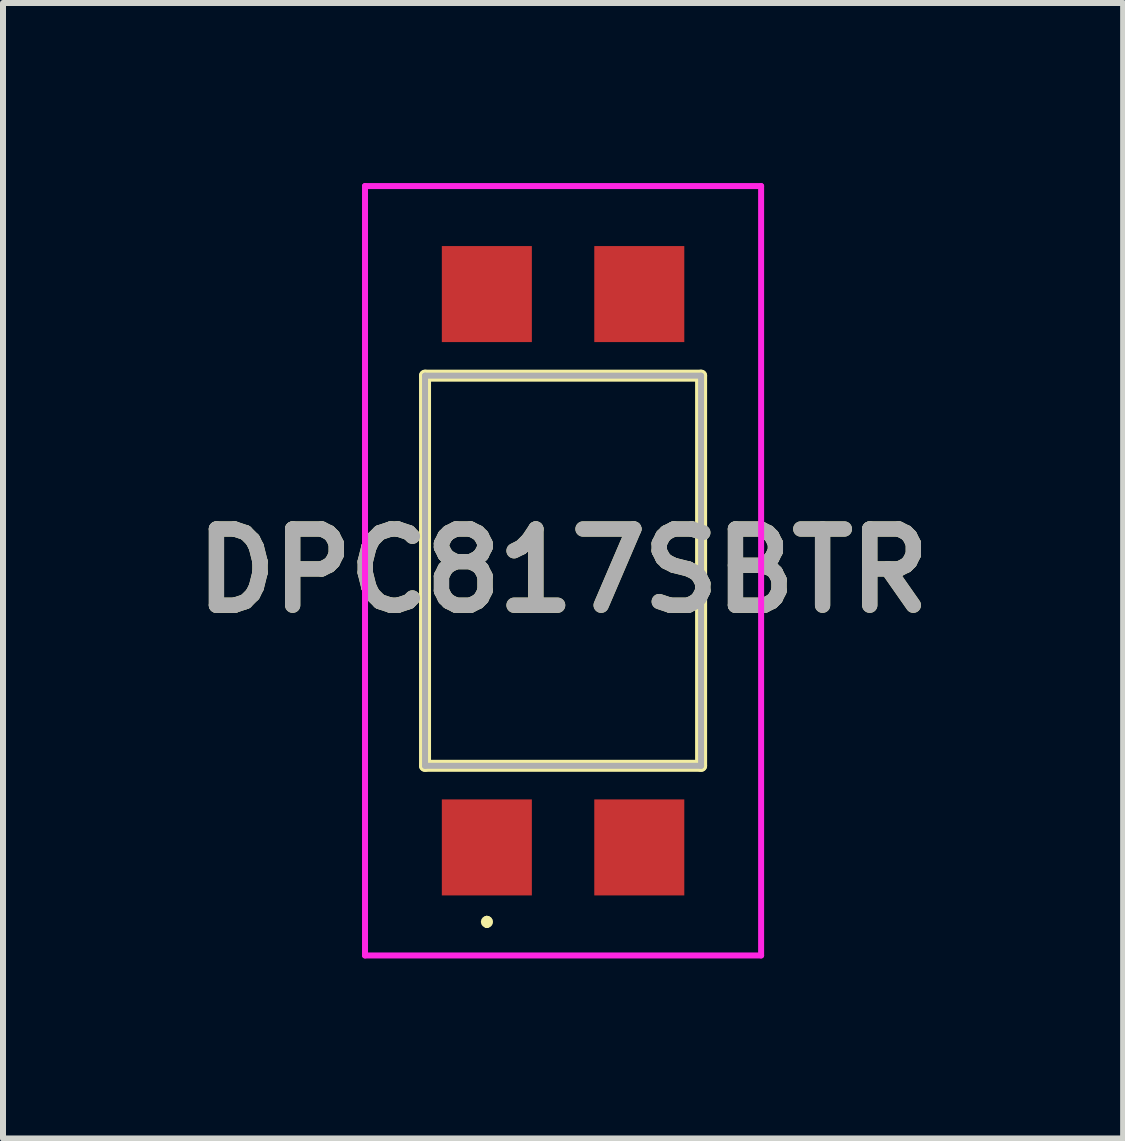
<source format=kicad_pcb>
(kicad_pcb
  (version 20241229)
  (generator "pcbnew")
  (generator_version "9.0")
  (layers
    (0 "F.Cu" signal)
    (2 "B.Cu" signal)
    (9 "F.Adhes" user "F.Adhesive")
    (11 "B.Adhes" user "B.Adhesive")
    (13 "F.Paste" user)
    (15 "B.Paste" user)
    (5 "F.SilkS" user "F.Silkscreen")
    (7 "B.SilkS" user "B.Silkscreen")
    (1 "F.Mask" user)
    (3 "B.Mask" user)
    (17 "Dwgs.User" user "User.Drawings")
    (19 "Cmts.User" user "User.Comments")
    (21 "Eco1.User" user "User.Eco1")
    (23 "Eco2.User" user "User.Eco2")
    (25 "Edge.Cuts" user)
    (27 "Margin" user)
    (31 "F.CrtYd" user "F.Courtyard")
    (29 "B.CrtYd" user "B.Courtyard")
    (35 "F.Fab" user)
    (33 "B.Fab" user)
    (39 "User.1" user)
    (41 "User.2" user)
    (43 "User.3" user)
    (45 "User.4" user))
  (footprint "DPC817SBTR"
    (layer "F.Cu")
    (at 6.332 6.46)
    (property "Reference" "DPC817SBTR" (at 0 0 0) (layer "F.SilkS") (effects (font (size 1.27 1.27) (thickness 0.254))))
    (attr smd)
    (fp_line (start -2.3 -3.25) (end 2.3 -3.25) (stroke (width 0.2) (type solid)) (layer "F.SilkS"))
    (fp_line (start -2.3 3.25) (end -2.3 -3.25) (stroke (width 0.2) (type solid)) (layer "F.SilkS"))
    (fp_line (start -1.27 5.8) (end -1.27 5.8) (stroke (width 0.1) (type solid)) (layer "F.SilkS"))
    (fp_line (start -1.27 5.9) (end -1.27 5.9) (stroke (width 0.1) (type solid)) (layer "F.SilkS"))
    (fp_line (start -1.27 5.9) (end -1.27 5.9) (stroke (width 0.1) (type solid)) (layer "F.SilkS"))
    (fp_line (start 2.3 -3.25) (end 2.3 3.25) (stroke (width 0.2) (type solid)) (layer "F.SilkS"))
    (fp_line (start 2.3 3.25) (end -2.3 3.25) (stroke (width 0.2) (type solid)) (layer "F.SilkS"))
    (fp_arc (start -1.27 5.8) (mid -1.22 5.85) (end -1.27 5.9) (stroke (width 0.1) (type solid)) (layer "F.SilkS"))
    (fp_arc (start -1.27 5.8) (mid -1.22 5.85) (end -1.27 5.9) (stroke (width 0.1) (type solid)) (layer "F.SilkS"))
    (fp_arc (start -1.27 5.9) (mid -1.32 5.85) (end -1.27 5.8) (stroke (width 0.1) (type solid)) (layer "F.SilkS"))
    (fp_line (start -3.3 -6.41) (end 3.3 -6.41) (stroke (width 0.1) (type solid)) (layer "F.CrtYd"))
    (fp_line (start -3.3 6.41) (end -3.3 -6.41) (stroke (width 0.1) (type solid)) (layer "F.CrtYd"))
    (fp_line (start 3.3 -6.41) (end 3.3 6.41) (stroke (width 0.1) (type solid)) (layer "F.CrtYd"))
    (fp_line (start 3.3 6.41) (end -3.3 6.41) (stroke (width 0.1) (type solid)) (layer "F.CrtYd"))
    (fp_line (start -2.3 -3.25) (end -2.3 3.25) (stroke (width 0.1) (type solid)) (layer "F.Fab"))
    (fp_line (start -2.3 3.25) (end 2.3 3.25) (stroke (width 0.1) (type solid)) (layer "F.Fab"))
    (fp_line (start 2.3 -3.25) (end -2.3 -3.25) (stroke (width 0.1) (type solid)) (layer "F.Fab"))
    (fp_line (start 2.3 3.25) (end 2.3 -3.25) (stroke (width 0.1) (type solid)) (layer "F.Fab"))
    (fp_text user "${REFERENCE}" (at 0 0 0) (layer "F.Fab") (effects (font (size 1.27 1.27) (thickness 0.254))))
    (pad "1" smd rect (at -1.27 4.61) (size 1.5 1.6) (layers "F.Cu" "F.Mask" "F.Paste"))
    (pad "2" smd rect (at 1.27 4.61) (size 1.5 1.6) (layers "F.Cu" "F.Mask" "F.Paste"))
    (pad "3" smd rect (at 1.27 -4.61) (size 1.5 1.6) (layers "F.Cu" "F.Mask" "F.Paste"))
    (pad "4" smd rect (at -1.27 -4.61) (size 1.5 1.6) (layers "F.Cu" "F.Mask" "F.Paste")))
  (gr_rect
    (start -3 -3)
    (end 15.664 15.92)
    (stroke (width 0.1) (type default))
    (fill no)
    (layer "Edge.Cuts")))
</source>
